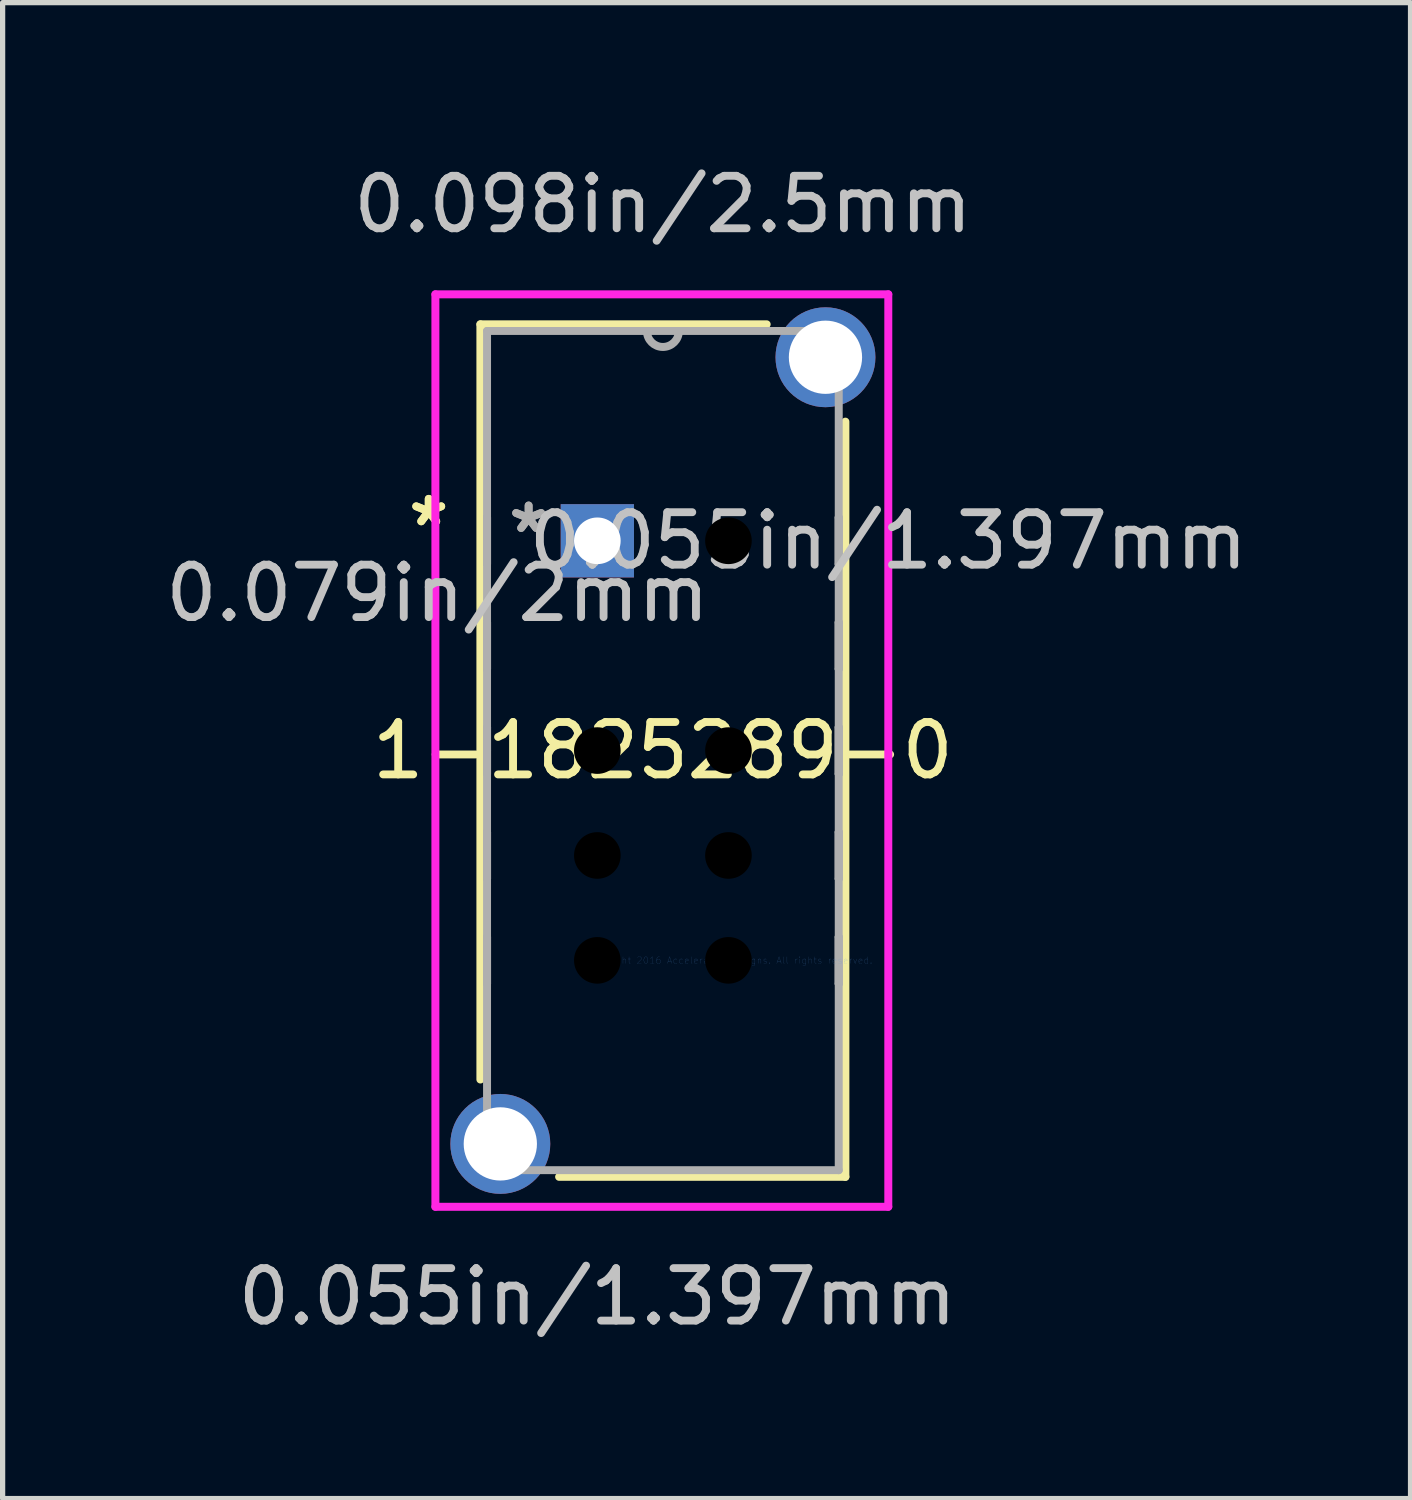
<source format=kicad_pcb>
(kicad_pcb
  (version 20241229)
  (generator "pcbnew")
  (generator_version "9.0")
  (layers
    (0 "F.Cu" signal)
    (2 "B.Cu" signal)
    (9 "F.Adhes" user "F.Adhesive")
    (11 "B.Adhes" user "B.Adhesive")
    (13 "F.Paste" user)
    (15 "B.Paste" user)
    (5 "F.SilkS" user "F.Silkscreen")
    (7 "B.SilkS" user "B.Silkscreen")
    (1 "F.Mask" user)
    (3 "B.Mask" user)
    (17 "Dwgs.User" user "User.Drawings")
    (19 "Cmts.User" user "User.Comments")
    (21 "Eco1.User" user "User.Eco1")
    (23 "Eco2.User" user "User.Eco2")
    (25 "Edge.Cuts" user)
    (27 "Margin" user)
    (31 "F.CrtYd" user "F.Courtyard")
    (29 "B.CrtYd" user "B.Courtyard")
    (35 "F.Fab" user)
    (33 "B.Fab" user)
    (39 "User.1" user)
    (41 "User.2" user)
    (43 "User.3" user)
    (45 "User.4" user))
  (footprint "1-1825289-0"
    (layer "F.Cu")
    (at 10.84 15.262)
    (property "Reference" "1-1825289-0" (at -1.25 -4 0) (layer "F.SilkS") (effects (font (size 1 1) (thickness 0.15))))
    (attr through_hole)
    (fp_line (start -4.73 -12.128) (end -4.73 2.272) (stroke (width 0.152) (type solid)) (layer "F.SilkS"))
    (fp_line (start -3.229 4.128) (end 2.23 4.128) (stroke (width 0.152) (type solid)) (layer "F.SilkS"))
    (fp_line (start 0.729 -12.128) (end -4.73 -12.128) (stroke (width 0.152) (type solid)) (layer "F.SilkS"))
    (fp_line (start 2.23 4.128) (end 2.23 -10.272) (stroke (width 0.152) (type solid)) (layer "F.SilkS"))
    (fp_line (start -5.588 -12.7) (end 3.048 -12.7) (stroke (width 0.152) (type solid)) (layer "F.CrtYd"))
    (fp_line (start -5.588 4.699) (end -5.588 -12.7) (stroke (width 0.152) (type solid)) (layer "F.CrtYd"))
    (fp_line (start 3.048 -12.7) (end 3.048 4.699) (stroke (width 0.152) (type solid)) (layer "F.CrtYd"))
    (fp_line (start 3.048 4.699) (end -5.588 4.699) (stroke (width 0.152) (type solid)) (layer "F.CrtYd"))
    (fp_line (start -4.603 -12.001) (end -4.603 4.001) (stroke (width 0.152) (type solid)) (layer "F.Fab"))
    (fp_line (start -4.603 -8.444) (end -4.603 -8.444) (stroke (width 0.152) (type solid)) (layer "F.Fab"))
    (fp_line (start -4.603 -8.444) (end -4.603 -7.555) (stroke (width 0.152) (type solid)) (layer "F.Fab"))
    (fp_line (start -4.603 -7.555) (end -4.603 -8.444) (stroke (width 0.152) (type solid)) (layer "F.Fab"))
    (fp_line (start -4.603 -7.555) (end -4.603 -7.555) (stroke (width 0.152) (type solid)) (layer "F.Fab"))
    (fp_line (start -4.603 -6.444) (end -4.603 -6.444) (stroke (width 0.152) (type solid)) (layer "F.Fab"))
    (fp_line (start -4.603 -6.444) (end -4.603 -5.555) (stroke (width 0.152) (type solid)) (layer "F.Fab"))
    (fp_line (start -4.603 -5.555) (end -4.603 -6.444) (stroke (width 0.152) (type solid)) (layer "F.Fab"))
    (fp_line (start -4.603 -5.555) (end -4.603 -5.555) (stroke (width 0.152) (type solid)) (layer "F.Fab"))
    (fp_line (start -4.603 -4.444) (end -4.603 -4.444) (stroke (width 0.152) (type solid)) (layer "F.Fab"))
    (fp_line (start -4.603 -4.444) (end -4.603 -3.555) (stroke (width 0.152) (type solid)) (layer "F.Fab"))
    (fp_line (start -4.603 -4) (end -4.603 -4) (stroke (width 0.152) (type solid)) (layer "F.Fab"))
    (fp_line (start -4.603 -4) (end -4.603 -4) (stroke (width 0.152) (type solid)) (layer "F.Fab"))
    (fp_line (start -4.603 -4) (end -4.603 -4) (stroke (width 0.152) (type solid)) (layer "F.Fab"))
    (fp_line (start -4.603 -3.555) (end -4.603 -4.444) (stroke (width 0.152) (type solid)) (layer "F.Fab"))
    (fp_line (start -4.603 -3.555) (end -4.603 -3.555) (stroke (width 0.152) (type solid)) (layer "F.Fab"))
    (fp_line (start -4.603 -2.444) (end -4.603 -2.444) (stroke (width 0.152) (type solid)) (layer "F.Fab"))
    (fp_line (start -4.603 -2.444) (end -4.603 -1.555) (stroke (width 0.152) (type solid)) (layer "F.Fab"))
    (fp_line (start -4.603 -1.555) (end -4.603 -2.444) (stroke (width 0.152) (type solid)) (layer "F.Fab"))
    (fp_line (start -4.603 -1.555) (end -4.603 -1.555) (stroke (width 0.152) (type solid)) (layer "F.Fab"))
    (fp_line (start -4.603 -0.444) (end -4.603 -0.444) (stroke (width 0.152) (type solid)) (layer "F.Fab"))
    (fp_line (start -4.603 -0.444) (end -4.603 0.445) (stroke (width 0.152) (type solid)) (layer "F.Fab"))
    (fp_line (start -4.603 0.445) (end -4.603 -0.444) (stroke (width 0.152) (type solid)) (layer "F.Fab"))
    (fp_line (start -4.603 0.445) (end -4.603 0.445) (stroke (width 0.152) (type solid)) (layer "F.Fab"))
    (fp_line (start -4.603 4.001) (end 2.103 4.001) (stroke (width 0.152) (type solid)) (layer "F.Fab"))
    (fp_line (start 2.103 -12.001) (end -4.603 -12.001) (stroke (width 0.152) (type solid)) (layer "F.Fab"))
    (fp_line (start 2.103 -8.444) (end 2.103 -8.444) (stroke (width 0.152) (type solid)) (layer "F.Fab"))
    (fp_line (start 2.103 -8.444) (end 2.103 -7.556) (stroke (width 0.152) (type solid)) (layer "F.Fab"))
    (fp_line (start 2.103 -7.556) (end 2.103 -8.444) (stroke (width 0.152) (type solid)) (layer "F.Fab"))
    (fp_line (start 2.103 -7.556) (end 2.103 -7.556) (stroke (width 0.152) (type solid)) (layer "F.Fab"))
    (fp_line (start 2.103 -6.444) (end 2.103 -6.444) (stroke (width 0.152) (type solid)) (layer "F.Fab"))
    (fp_line (start 2.103 -6.444) (end 2.103 -5.556) (stroke (width 0.152) (type solid)) (layer "F.Fab"))
    (fp_line (start 2.103 -5.556) (end 2.103 -6.444) (stroke (width 0.152) (type solid)) (layer "F.Fab"))
    (fp_line (start 2.103 -5.556) (end 2.103 -5.556) (stroke (width 0.152) (type solid)) (layer "F.Fab"))
    (fp_line (start 2.103 -4.444) (end 2.103 -4.444) (stroke (width 0.152) (type solid)) (layer "F.Fab"))
    (fp_line (start 2.103 -4.444) (end 2.103 -3.555) (stroke (width 0.152) (type solid)) (layer "F.Fab"))
    (fp_line (start 2.103 -3.555) (end 2.103 -4.444) (stroke (width 0.152) (type solid)) (layer "F.Fab"))
    (fp_line (start 2.103 -3.555) (end 2.103 -3.555) (stroke (width 0.152) (type solid)) (layer "F.Fab"))
    (fp_line (start 2.103 -2.445) (end 2.103 -2.445) (stroke (width 0.152) (type solid)) (layer "F.Fab"))
    (fp_line (start 2.103 -2.445) (end 2.103 -1.556) (stroke (width 0.152) (type solid)) (layer "F.Fab"))
    (fp_line (start 2.103 -1.556) (end 2.103 -2.445) (stroke (width 0.152) (type solid)) (layer "F.Fab"))
    (fp_line (start 2.103 -1.556) (end 2.103 -1.556) (stroke (width 0.152) (type solid)) (layer "F.Fab"))
    (fp_line (start 2.103 -0.445) (end 2.103 -0.445) (stroke (width 0.152) (type solid)) (layer "F.Fab"))
    (fp_line (start 2.103 -0.445) (end 2.103 0.445) (stroke (width 0.152) (type solid)) (layer "F.Fab"))
    (fp_line (start 2.103 0.445) (end 2.103 -0.445) (stroke (width 0.152) (type solid)) (layer "F.Fab"))
    (fp_line (start 2.103 0.445) (end 2.103 0.445) (stroke (width 0.152) (type solid)) (layer "F.Fab"))
    (fp_line (start 2.103 4.001) (end 2.103 -12.001) (stroke (width 0.152) (type solid)) (layer "F.Fab"))
    (fp_arc (start -0.9452 -12.001) (mid -1.25 -11.6962) (end -1.5548 -12.001) (stroke (width 0.1524) (type solid)) (layer "F.Fab"))
    (fp_text user "*" (at -5.715 -8.255 0) (layer "F.SilkS") (effects (font (size 1 1) (thickness 0.15))))
    (fp_text user "*" (at -5.715 -8.255 0) (layer "F.SilkS") (effects (font (size 1 1) (thickness 0.15))))
    (fp_text user "0.098in/2.5mm" (at -1.25 -14.414 0) (layer "Dwgs.User") (effects (font (size 1 1) (thickness 0.15))))
    (fp_text user "0.079in/2mm" (at -5.548 -7 0) (layer "Dwgs.User") (effects (font (size 1 1) (thickness 0.15))))
    (fp_text user "0.055in/1.397mm" (at -2.5 6.414 0) (layer "Dwgs.User") (effects (font (size 1 1) (thickness 0.15))))
    (fp_text user "0.055in/1.397mm" (at 3.048 -8 0) (layer "Dwgs.User") (effects (font (size 1 1) (thickness 0.15))))
    (fp_text user "Copyright 2016 Accelerated Designs. All rights reserved." (at 0 0 0) (layer "Cmts.User") (effects (font (size 0.127 0.127) (thickness 0.002))))
    (fp_text user "*" (at -3.81 -8.128 0) (layer "F.Fab") (effects (font (size 1 1) (thickness 0.15))))
    (fp_text user "*" (at -3.81 -8.128 0) (layer "F.Fab") (effects (font (size 1 1) (thickness 0.15))))
    (pad "" np_thru_hole circle (at -2.5 -4) (size 1.397 1.397) (drill 0.889) (layers))
    (pad "" np_thru_hole circle (at -2.5 -2) (size 1.397 1.397) (drill 0.889) (layers))
    (pad "" np_thru_hole circle (at -2.5 0) (size 1.397 1.397) (drill 0.889) (layers))
    (pad "" np_thru_hole circle (at 0 -8) (size 1.397 1.397) (drill 0.889) (layers))
    (pad "" np_thru_hole circle (at 0 -4) (size 1.397 1.397) (drill 0.889) (layers))
    (pad "" np_thru_hole circle (at 0 -2) (size 1.397 1.397) (drill 0.889) (layers))
    (pad "" np_thru_hole circle (at 0 0) (size 1.397 1.397) (drill 0.889) (layers))
    (pad "1" thru_hole rect (at -2.5 -8) (size 1.397 1.397) (drill 0.889) (layers "*.Cu" "*.Mask"))
    (pad "9" thru_hole circle (at 1.85 -11.5) (size 1.905 1.905) (drill 1.397) (layers "*.Cu" "*.Mask"))
    (pad "10" thru_hole circle (at -4.35 3.5) (size 1.905 1.905) (drill 1.397) (layers "*.Cu" "*.Mask")))
  (gr_rect
    (start -3 -3)
    (end 23.846 25.524)
    (stroke (width 0.1) (type default))
    (fill no)
    (layer "Edge.Cuts")))
</source>
